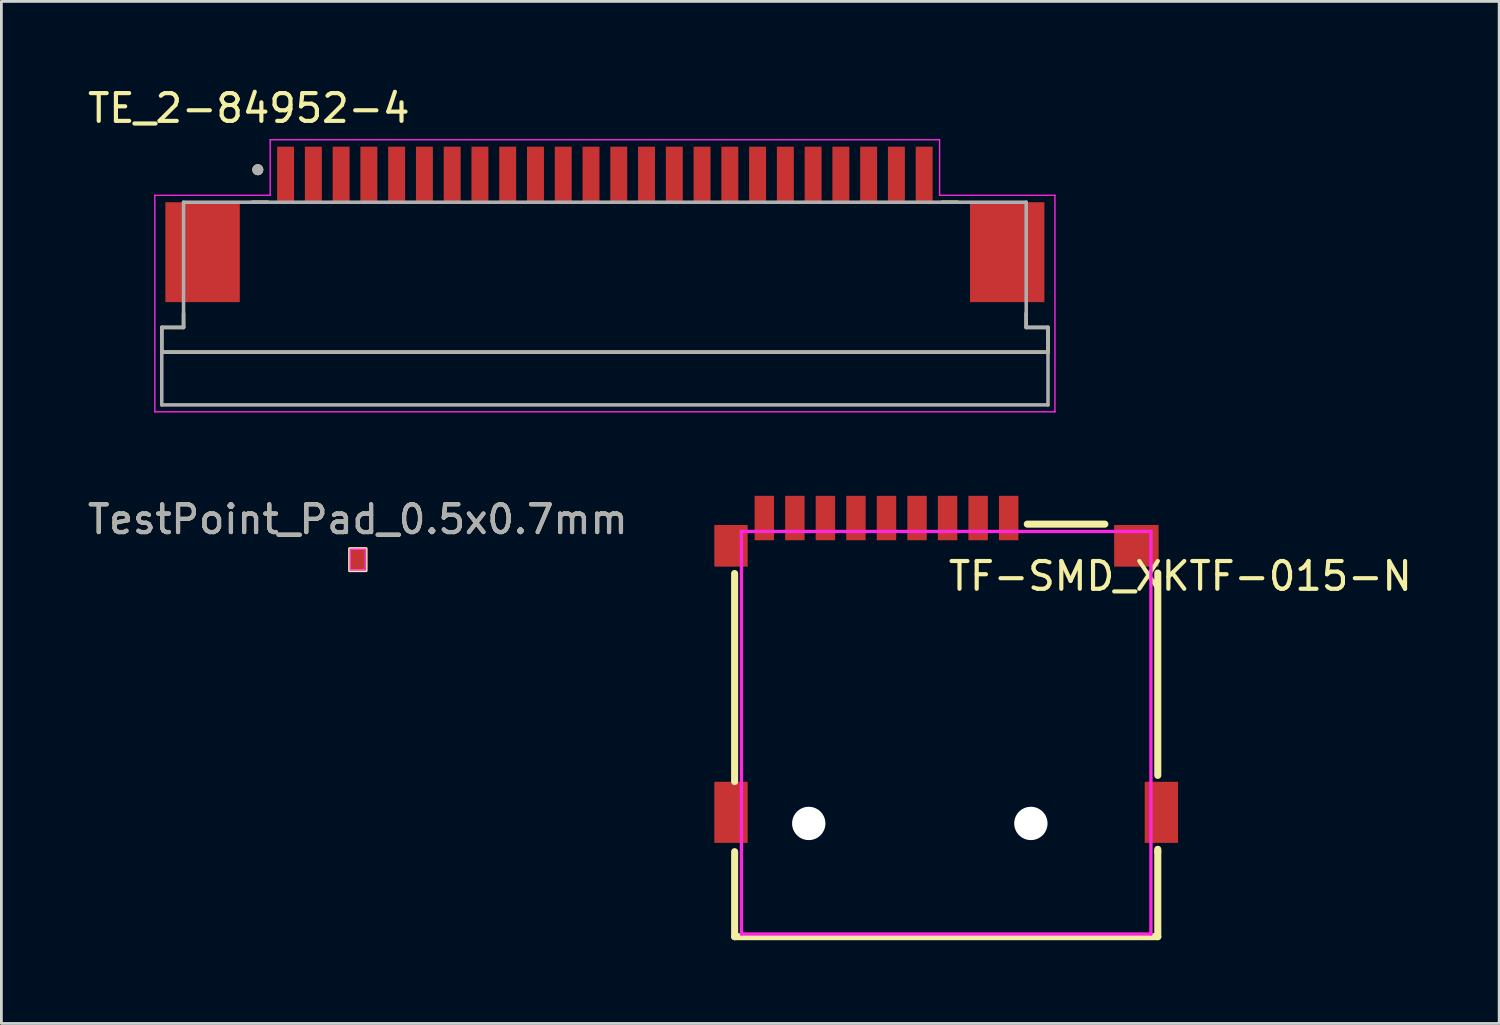
<source format=kicad_pcb>
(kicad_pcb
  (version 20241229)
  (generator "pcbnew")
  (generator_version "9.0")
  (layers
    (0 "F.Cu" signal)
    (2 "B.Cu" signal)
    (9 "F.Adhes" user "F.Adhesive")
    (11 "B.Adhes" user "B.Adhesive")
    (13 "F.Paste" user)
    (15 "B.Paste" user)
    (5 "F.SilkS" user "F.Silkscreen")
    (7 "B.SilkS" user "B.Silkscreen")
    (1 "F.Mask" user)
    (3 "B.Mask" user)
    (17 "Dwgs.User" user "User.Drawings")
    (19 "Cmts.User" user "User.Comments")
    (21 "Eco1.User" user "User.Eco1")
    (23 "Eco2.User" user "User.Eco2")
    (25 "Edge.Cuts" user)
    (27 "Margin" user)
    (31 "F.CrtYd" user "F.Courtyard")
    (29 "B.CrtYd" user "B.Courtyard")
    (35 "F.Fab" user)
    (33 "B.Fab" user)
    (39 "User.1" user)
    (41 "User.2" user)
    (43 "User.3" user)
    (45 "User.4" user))
  (footprint "TE_2-84952-4"
    (layer "F.Cu")
    (at 18.736 3.233)
    (property "Reference" "TE_2-84952-4" (at -12.825 -2.385 0) (layer "F.SilkS") (effects (font (size 1 1) (thickness 0.15))))
    (attr smd)
    (fp_line (start -15.96 6.4) (end -15.96 5.51) (stroke (width 0.127) (type solid)) (layer "F.SilkS"))
    (fp_line (start -15.175 5) (end -15.175 5.51) (stroke (width 0.127) (type solid)) (layer "F.SilkS"))
    (fp_line (start -15.175 5.51) (end -15.96 5.51) (stroke (width 0.127) (type solid)) (layer "F.SilkS"))
    (fp_line (start -12.7 1) (end -12.14 1) (stroke (width 0.127) (type solid)) (layer "F.SilkS"))
    (fp_line (start 12.14 1) (end 12.7 1) (stroke (width 0.127) (type solid)) (layer "F.SilkS"))
    (fp_line (start 15.175 5) (end 15.175 5.51) (stroke (width 0.127) (type solid)) (layer "F.SilkS"))
    (fp_line (start 15.96 5.51) (end 15.175 5.51) (stroke (width 0.127) (type solid)) (layer "F.SilkS"))
    (fp_line (start 15.96 5.51) (end 15.96 6.4) (stroke (width 0.127) (type solid)) (layer "F.SilkS"))
    (fp_line (start 15.96 6.4) (end -15.96 6.4) (stroke (width 0.127) (type solid)) (layer "F.SilkS"))
    (fp_circle (center -12.5 -0.17) (end -12.4 -0.17) (stroke (width 0.2) (type solid)) (fill no) (layer "F.SilkS"))
    (fp_line (start -16.21 0.75) (end -12.055 0.75) (stroke (width 0.05) (type solid)) (layer "F.CrtYd"))
    (fp_line (start -16.21 8.55) (end -16.21 0.75) (stroke (width 0.05) (type solid)) (layer "F.CrtYd"))
    (fp_line (start -12.055 -1.25) (end 12.055 -1.25) (stroke (width 0.05) (type solid)) (layer "F.CrtYd"))
    (fp_line (start -12.055 0.75) (end -12.055 -1.25) (stroke (width 0.05) (type solid)) (layer "F.CrtYd"))
    (fp_line (start 12.055 -1.25) (end 12.055 0.75) (stroke (width 0.05) (type solid)) (layer "F.CrtYd"))
    (fp_line (start 12.055 0.75) (end 16.21 0.75) (stroke (width 0.05) (type solid)) (layer "F.CrtYd"))
    (fp_line (start 16.21 0.75) (end 16.21 8.55) (stroke (width 0.05) (type solid)) (layer "F.CrtYd"))
    (fp_line (start 16.21 8.55) (end -16.21 8.55) (stroke (width 0.05) (type solid)) (layer "F.CrtYd"))
    (fp_line (start -15.96 5.51) (end -15.96 6.4) (stroke (width 0.127) (type solid)) (layer "F.Fab"))
    (fp_line (start -15.96 8.3) (end -15.96 6.4) (stroke (width 0.127) (type solid)) (layer "F.Fab"))
    (fp_line (start -15.175 1) (end -15.175 5.51) (stroke (width 0.127) (type solid)) (layer "F.Fab"))
    (fp_line (start -15.175 1) (end 15.175 1) (stroke (width 0.127) (type solid)) (layer "F.Fab"))
    (fp_line (start -15.175 5.51) (end -15.96 5.51) (stroke (width 0.127) (type solid)) (layer "F.Fab"))
    (fp_line (start 15.175 1) (end 15.175 5.51) (stroke (width 0.127) (type solid)) (layer "F.Fab"))
    (fp_line (start 15.96 5.51) (end 15.175 5.51) (stroke (width 0.127) (type solid)) (layer "F.Fab"))
    (fp_line (start 15.96 5.51) (end 15.96 6.4) (stroke (width 0.127) (type solid)) (layer "F.Fab"))
    (fp_line (start 15.96 6.4) (end -15.96 6.4) (stroke (width 0.127) (type solid)) (layer "F.Fab"))
    (fp_line (start 15.96 6.4) (end 15.96 8.3) (stroke (width 0.127) (type solid)) (layer "F.Fab"))
    (fp_line (start 15.96 8.3) (end -15.96 8.3) (stroke (width 0.127) (type solid)) (layer "F.Fab"))
    (fp_circle (center -12.5 -0.17) (end -12.4 -0.17) (stroke (width 0.2) (type solid)) (fill no) (layer "F.Fab"))
    (pad "1" smd rect (at -11.5 0) (size 0.61 2) (layers "F.Cu" "F.Mask" "F.Paste"))
    (pad "2" smd rect (at -10.5 0) (size 0.61 2) (layers "F.Cu" "F.Mask" "F.Paste"))
    (pad "3" smd rect (at -9.5 0) (size 0.61 2) (layers "F.Cu" "F.Mask" "F.Paste"))
    (pad "4" smd rect (at -8.5 0) (size 0.61 2) (layers "F.Cu" "F.Mask" "F.Paste"))
    (pad "5" smd rect (at -7.5 0) (size 0.61 2) (layers "F.Cu" "F.Mask" "F.Paste"))
    (pad "6" smd rect (at -6.5 0) (size 0.61 2) (layers "F.Cu" "F.Mask" "F.Paste"))
    (pad "7" smd rect (at -5.5 0) (size 0.61 2) (layers "F.Cu" "F.Mask" "F.Paste"))
    (pad "8" smd rect (at -4.5 0) (size 0.61 2) (layers "F.Cu" "F.Mask" "F.Paste"))
    (pad "9" smd rect (at -3.5 0) (size 0.61 2) (layers "F.Cu" "F.Mask" "F.Paste"))
    (pad "10" smd rect (at -2.5 0) (size 0.61 2) (layers "F.Cu" "F.Mask" "F.Paste"))
    (pad "11" smd rect (at -1.5 0) (size 0.61 2) (layers "F.Cu" "F.Mask" "F.Paste"))
    (pad "12" smd rect (at -0.5 0) (size 0.61 2) (layers "F.Cu" "F.Mask" "F.Paste"))
    (pad "13" smd rect (at 0.5 0) (size 0.61 2) (layers "F.Cu" "F.Mask" "F.Paste"))
    (pad "14" smd rect (at 1.5 0) (size 0.61 2) (layers "F.Cu" "F.Mask" "F.Paste"))
    (pad "15" smd rect (at 2.5 0) (size 0.61 2) (layers "F.Cu" "F.Mask" "F.Paste"))
    (pad "16" smd rect (at 3.5 0) (size 0.61 2) (layers "F.Cu" "F.Mask" "F.Paste"))
    (pad "17" smd rect (at 4.5 0) (size 0.61 2) (layers "F.Cu" "F.Mask" "F.Paste"))
    (pad "18" smd rect (at 5.5 0) (size 0.61 2) (layers "F.Cu" "F.Mask" "F.Paste"))
    (pad "19" smd rect (at 6.5 0) (size 0.61 2) (layers "F.Cu" "F.Mask" "F.Paste"))
    (pad "20" smd rect (at 7.5 0) (size 0.61 2) (layers "F.Cu" "F.Mask" "F.Paste"))
    (pad "21" smd rect (at 8.5 0) (size 0.61 2) (layers "F.Cu" "F.Mask" "F.Paste"))
    (pad "22" smd rect (at 9.5 0) (size 0.61 2) (layers "F.Cu" "F.Mask" "F.Paste"))
    (pad "23" smd rect (at 10.5 0) (size 0.61 2) (layers "F.Cu" "F.Mask" "F.Paste"))
    (pad "24" smd rect (at 11.5 0) (size 0.61 2) (layers "F.Cu" "F.Mask" "F.Paste"))
    (pad "S1" smd rect (at -14.49 2.8) (size 2.68 3.6) (layers "F.Cu" "F.Mask" "F.Paste"))
    (pad "S2" smd rect (at 14.49 2.8) (size 2.68 3.6) (layers "F.Cu" "F.Mask" "F.Paste")))
  (footprint "TF-SMD_XKTF-015-N"
    (layer "F.Cu")
    (at 31.029 20.908)
    (property "Reference" "TF-SMD_XKTF-015-N" (at 0 -3.207 0) (layer "F.SilkS") (effects (font (size 1 1) (thickness 0.15)) (justify left)))
    (attr through_hole)
    (fp_line (start -7.62 -3.302) (end -7.62 4.191) (stroke (width 0.254) (type solid)) (layer "F.SilkS"))
    (fp_line (start -7.619 6.717) (end -7.619 9.778) (stroke (width 0.254) (type solid)) (layer "F.SilkS"))
    (fp_line (start -7.619 9.778) (end 7.621 9.778) (stroke (width 0.254) (type solid)) (layer "F.SilkS"))
    (fp_line (start 2.921 -5.08) (end 5.715 -5.08) (stroke (width 0.254) (type solid)) (layer "F.SilkS"))
    (fp_line (start 7.621 3.969) (end 7.621 -3.319) (stroke (width 0.254) (type solid)) (layer "F.SilkS"))
    (fp_line (start 7.621 6.717) (end 7.621 6.631) (stroke (width 0.254) (type solid)) (layer "F.SilkS"))
    (fp_line (start 7.621 9.778) (end 7.621 6.717) (stroke (width 0.254) (type solid)) (layer "F.SilkS"))
    (fp_circle (center -4.95 5.7) (end -4.75 5.7) (stroke (width 0.4) (type solid)) (fill no) (layer "Dwgs.User"))
    (fp_circle (center 3.05 5.7) (end 3.25 5.7) (stroke (width 0.4) (type solid)) (fill no) (layer "Dwgs.User"))
    (fp_circle (center 8.07 -5.517) (end 8.1 -5.517) (stroke (width 0.06) (type solid)) (fill no) (layer "Eco2.User"))
    (fp_poly (pts (xy -8.07 -4.818) (xy -7.37 -4.818) (xy -7.37 -3.818) (xy -8.07 -3.818)) (stroke (width 0.12) (type solid)) (fill no) (layer "Eco2.User"))
    (fp_poly (pts (xy -8.07 4.482) (xy -7.37 4.482) (xy -7.37 6.082) (xy -8.07 6.082)) (stroke (width 0.12) (type solid)) (fill no) (layer "Eco2.User"))
    (fp_poly (pts (xy -6.7 -5.517) (xy -6.4 -5.517) (xy -6.4 -4.767) (xy -6.7 -4.767)) (stroke (width 0.12) (type solid)) (fill no) (layer "Eco2.User"))
    (fp_poly (pts (xy -5.6 -5.517) (xy -5.3 -5.517) (xy -5.3 -4.767) (xy -5.6 -4.767)) (stroke (width 0.12) (type solid)) (fill no) (layer "Eco2.User"))
    (fp_poly (pts (xy -4.5 -5.517) (xy -4.2 -5.517) (xy -4.2 -4.767) (xy -4.5 -4.767)) (stroke (width 0.12) (type solid)) (fill no) (layer "Eco2.User"))
    (fp_poly (pts (xy -3.4 -5.517) (xy -3.1 -5.517) (xy -3.1 -4.767) (xy -3.4 -4.767)) (stroke (width 0.12) (type solid)) (fill no) (layer "Eco2.User"))
    (fp_poly (pts (xy -2.3 -5.517) (xy -2 -5.517) (xy -2 -4.767) (xy -2.3 -4.767)) (stroke (width 0.12) (type solid)) (fill no) (layer "Eco2.User"))
    (fp_poly (pts (xy -1.2 -5.517) (xy -0.9 -5.517) (xy -0.9 -4.767) (xy -1.2 -4.767)) (stroke (width 0.12) (type solid)) (fill no) (layer "Eco2.User"))
    (fp_poly (pts (xy -0.1 -5.517) (xy 0.2 -5.517) (xy 0.2 -4.767) (xy -0.1 -4.767)) (stroke (width 0.12) (type solid)) (fill no) (layer "Eco2.User"))
    (fp_poly (pts (xy 1 -5.517) (xy 1.3 -5.517) (xy 1.3 -4.767) (xy 1 -4.767)) (stroke (width 0.12) (type solid)) (fill no) (layer "Eco2.User"))
    (fp_poly (pts (xy 2.1 -5.517) (xy 2.4 -5.517) (xy 2.4 -4.767) (xy 2.1 -4.767)) (stroke (width 0.12) (type solid)) (fill no) (layer "Eco2.User"))
    (fp_poly (pts (xy 6.48 -3.818) (xy 6.48 -4.818) (xy 7.18 -4.818) (xy 7.18 -3.818)) (stroke (width 0.12) (type solid)) (fill no) (layer "Eco2.User"))
    (fp_poly (pts (xy 7.37 4.482) (xy 8.07 4.482) (xy 8.07 6.082) (xy 7.37 6.082)) (stroke (width 0.12) (type solid)) (fill no) (layer "Eco2.User"))
    (fp_line (start -7.375 -4.817) (end 7.375 -4.817) (stroke (width 0.12) (type solid)) (layer "F.CrtYd"))
    (fp_line (start -7.375 9.683) (end -7.375 -4.817) (stroke (width 0.12) (type solid)) (layer "F.CrtYd"))
    (fp_line (start 7.375 -4.817) (end 7.375 9.683) (stroke (width 0.12) (type solid)) (layer "F.CrtYd"))
    (fp_line (start 7.375 9.683) (end -7.375 9.683) (stroke (width 0.12) (type solid)) (layer "F.CrtYd"))
    (pad "" np_thru_hole circle (at -4.95 5.7) (size 1.2 1.2) (drill 1.2) (layers "*.Cu" "*.Mask"))
    (pad "" np_thru_hole circle (at 3.05 5.7) (size 1.2 1.2) (drill 1.2) (layers "*.Cu" "*.Mask"))
    (pad "1" smd rect (at 2.25 -5.3) (size 0.7 1.6) (layers "F.Cu" "F.Mask" "F.Paste"))
    (pad "2" smd rect (at 1.15 -5.3) (size 0.7 1.6) (layers "F.Cu" "F.Mask" "F.Paste"))
    (pad "3" smd rect (at 0.05 -5.3) (size 0.7 1.6) (layers "F.Cu" "F.Mask" "F.Paste"))
    (pad "4" smd rect (at -1.05 -5.3) (size 0.7 1.6) (layers "F.Cu" "F.Mask" "F.Paste"))
    (pad "5" smd rect (at -2.15 -5.3) (size 0.7 1.6) (layers "F.Cu" "F.Mask" "F.Paste"))
    (pad "6" smd rect (at -3.25 -5.3) (size 0.7 1.6) (layers "F.Cu" "F.Mask" "F.Paste"))
    (pad "7" smd rect (at -4.35 -5.3) (size 0.7 1.6) (layers "F.Cu" "F.Mask" "F.Paste"))
    (pad "8" smd rect (at -5.45 -5.3) (size 0.7 1.6) (layers "F.Cu" "F.Mask" "F.Paste"))
    (pad "9" smd rect (at -6.55 -5.3) (size 0.7 1.6) (layers "F.Cu" "F.Mask" "F.Paste"))
    (pad "10" smd rect (at -7.75 -4.3) (size 1.2 1.5) (layers "F.Cu" "F.Mask" "F.Paste"))
    (pad "11" smd rect (at -7.75 5.3) (size 1.2 2.2) (layers "F.Cu" "F.Mask" "F.Paste"))
    (pad "12" smd rect (at 6.85 -4.3) (size 1.6 1.5) (layers "F.Cu" "F.Mask" "F.Paste"))
    (pad "13" smd rect (at 7.75 5.3) (size 1.2 2.2) (layers "F.Cu" "F.Mask" "F.Paste")))
  (footprint "TestPoint_Pad_0.5x0.7mm"
    (layer "F.Cu")
    (at 9.839 17.107)
    (property "Reference" "TestPoint_Pad_0.5x0.7mm" (at 0 -1.448 0) (layer "F.SilkS") (effects (font (size 1 1) (thickness 0.15))))
    (attr exclude_from_pos_files exclude_from_bom)
    (fp_rect (start -0.3 -0.4) (end 0.3 0.4) (stroke (width 0.1) (type default)) (fill no) (layer "F.SilkS"))
    (fp_rect (start -0.275 -0.375) (end 0.275 0.375) (stroke (width 0.05) (type default)) (fill no) (layer "F.CrtYd"))
    (fp_text user "${REFERENCE}" (at 0 -1.45 0) (layer "F.Fab") (effects (font (size 1 1) (thickness 0.15))))
    (pad "1" smd rect (at 0 0) (size 0.5 0.7) (layers "F.Cu" "F.Mask")))
  (gr_rect
    (start -3 -3)
    (end 50.945 33.813)
    (stroke (width 0.1) (type default))
    (fill no)
    (layer "Edge.Cuts")))
</source>
